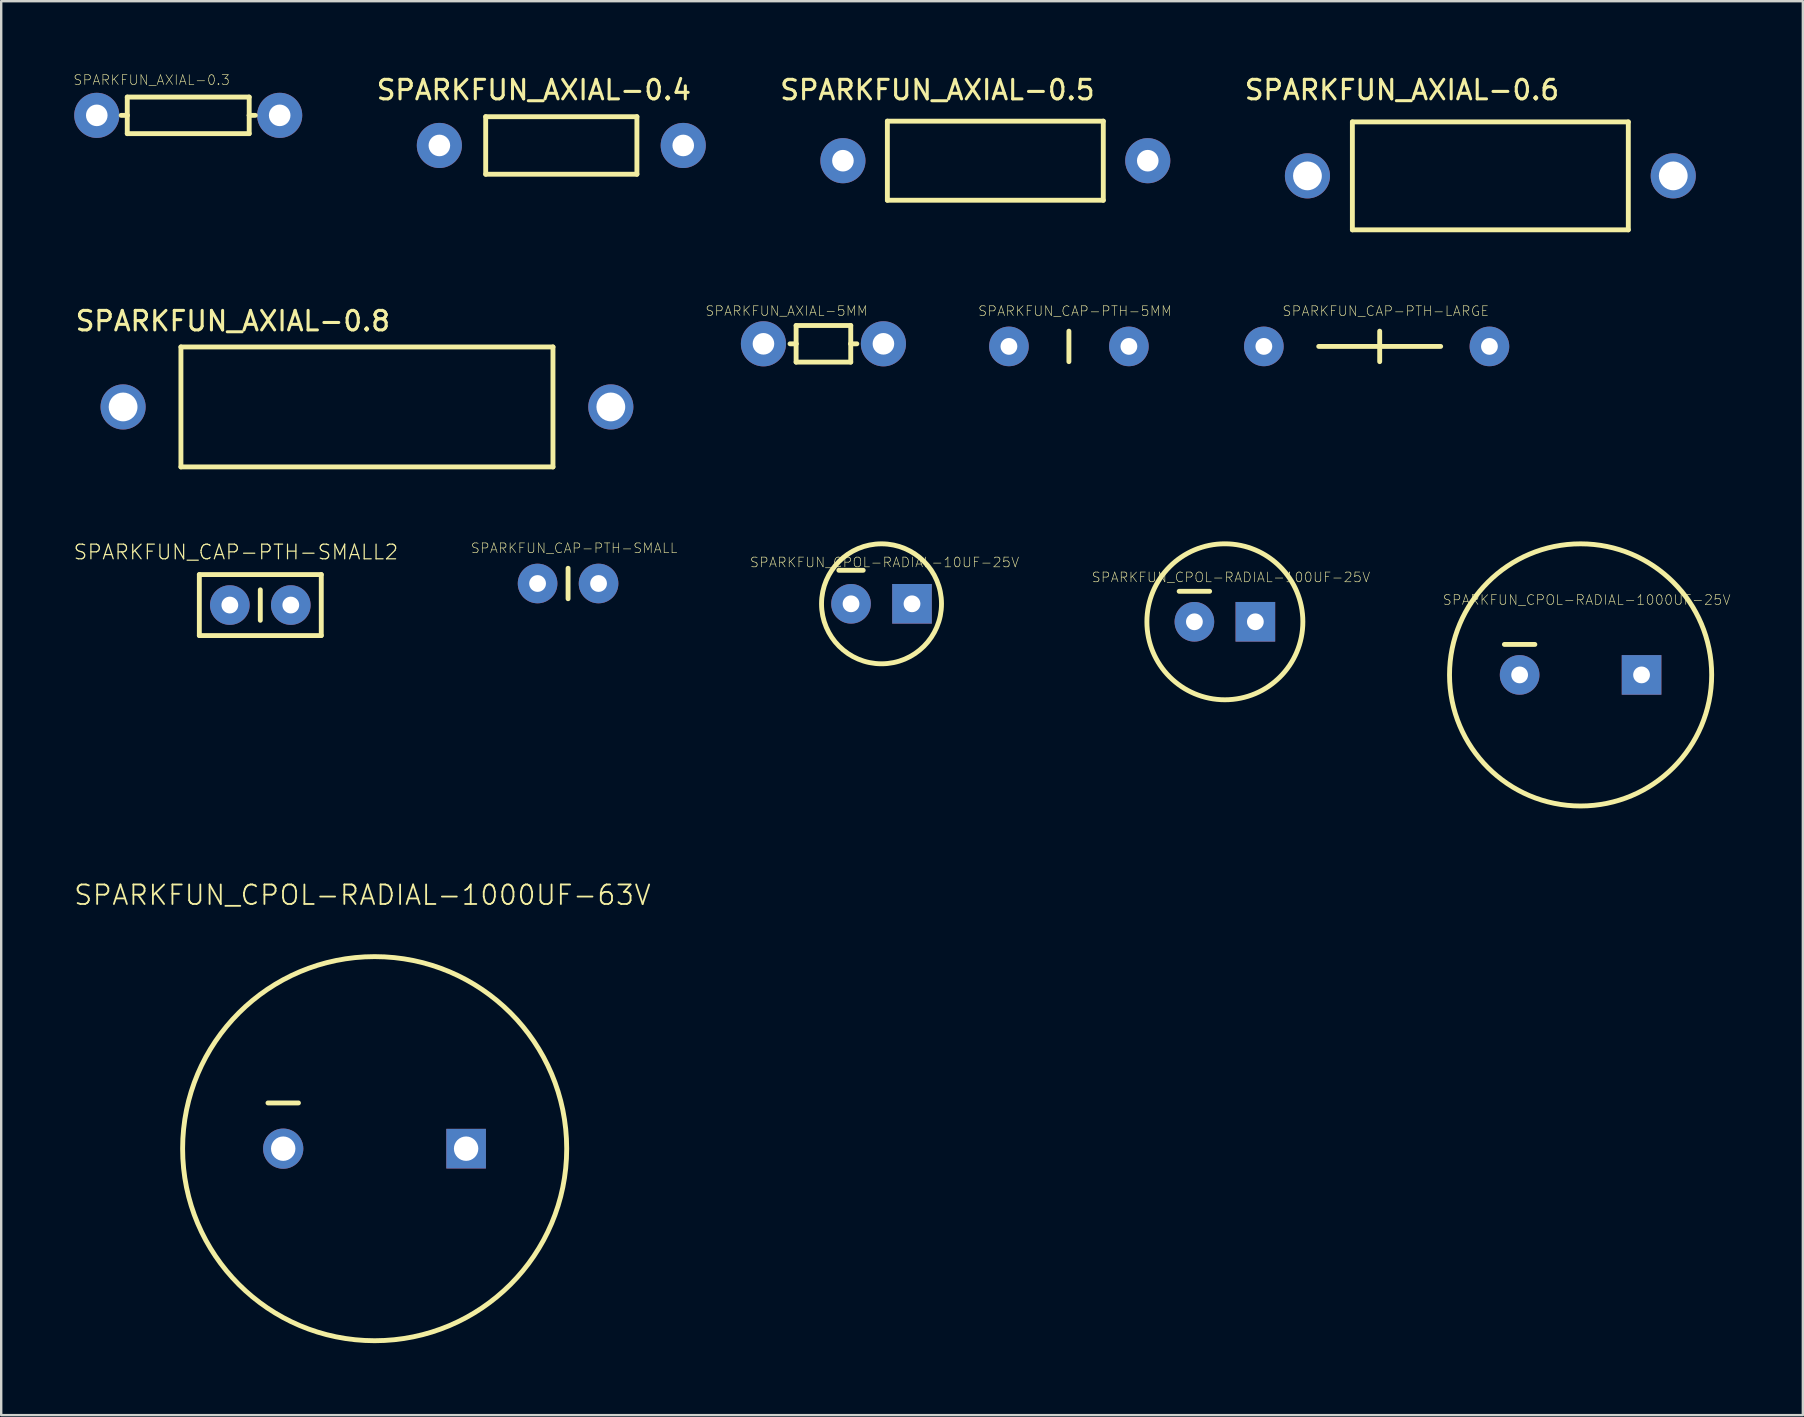
<source format=kicad_pcb>
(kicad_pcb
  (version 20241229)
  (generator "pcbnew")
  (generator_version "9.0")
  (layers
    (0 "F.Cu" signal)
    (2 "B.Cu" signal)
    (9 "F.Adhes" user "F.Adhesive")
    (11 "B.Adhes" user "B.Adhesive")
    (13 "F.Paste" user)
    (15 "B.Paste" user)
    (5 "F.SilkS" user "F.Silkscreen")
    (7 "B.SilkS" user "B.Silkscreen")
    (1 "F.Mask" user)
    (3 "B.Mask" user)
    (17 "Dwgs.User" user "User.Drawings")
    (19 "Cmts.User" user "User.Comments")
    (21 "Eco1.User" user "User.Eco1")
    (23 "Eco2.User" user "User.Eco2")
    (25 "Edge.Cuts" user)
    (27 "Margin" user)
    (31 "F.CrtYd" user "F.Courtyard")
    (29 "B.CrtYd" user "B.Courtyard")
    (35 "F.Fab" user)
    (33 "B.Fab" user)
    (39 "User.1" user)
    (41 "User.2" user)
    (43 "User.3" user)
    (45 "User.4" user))
  (footprint "SPARKFUN_CAP-PTH-LARGE"
    (layer "F.Cu")
    (at 54.431 11.382)
    (property "Reference" "SPARKFUN_CAP-PTH-LARGE" (at 0.254 -1.473 0) (layer "F.SilkS") (effects (font (size 0.406 0.406) (thickness 0.025))))
    (attr exclude_from_pos_files exclude_from_bom)
    (fp_line (start 0 -0.635) (end 0 0) (stroke (width 0.203) (type solid)) (layer "F.SilkS"))
    (fp_line (start 0 0) (end -2.54 0) (stroke (width 0.203) (type solid)) (layer "F.SilkS"))
    (fp_line (start 0 0) (end 0 0.635) (stroke (width 0.203) (type solid)) (layer "F.SilkS"))
    (fp_line (start 0 0) (end 2.54 0) (stroke (width 0.203) (type solid)) (layer "F.SilkS"))
    (pad "1" thru_hole circle (at -4.826 0) (size 1.651 1.651) (drill 0.699) (layers "*.Cu" "*.Paste" "*.Mask"))
    (pad "2" thru_hole circle (at 4.572 0) (size 1.651 1.651) (drill 0.699) (layers "*.Cu" "*.Paste" "*.Mask")))
  (footprint "SPARKFUN_CPOL-RADIAL-10UF-25V"
    (layer "F.Cu")
    (at 33.676 22.106)
    (property "Reference" "SPARKFUN_CPOL-RADIAL-10UF-25V" (at 0.127 -1.727 0) (layer "F.SilkS") (effects (font (size 0.406 0.406) (thickness 0.025))))
    (attr exclude_from_pos_files exclude_from_bom)
    (fp_line (start -0.762 -1.397) (end -1.778 -1.397) (stroke (width 0.203) (type solid)) (layer "F.SilkS"))
    (fp_circle (center 0 0) (end 0 -2.499) (stroke (width 0.203) (type solid)) (fill no) (layer "F.SilkS"))
    (pad "1" thru_hole rect (at 1.27 0) (size 1.651 1.651) (drill 0.699) (layers "*.Cu" "*.Paste" "*.Mask"))
    (pad "2" thru_hole circle (at -1.27 0) (size 1.651 1.651) (drill 0.699) (layers "*.Cu" "*.Paste" "*.Mask")))
  (footprint "SPARKFUN_CAP-PTH-SMALL2"
    (layer "F.Cu")
    (at 6.525 22.158)
    (property "Reference" "SPARKFUN_CAP-PTH-SMALL2" (at 0.254 -2.207 0) (layer "F.SilkS") (effects (font (size 0.61 0.61) (thickness 0.051))))
    (attr exclude_from_pos_files exclude_from_bom)
    (fp_line (start -1.27 -1.27) (end 3.81 -1.27) (stroke (width 0.203) (type solid)) (layer "F.SilkS"))
    (fp_line (start -1.27 1.27) (end -1.27 -1.27) (stroke (width 0.203) (type solid)) (layer "F.SilkS"))
    (fp_line (start 1.27 -0.635) (end 1.27 0.635) (stroke (width 0.203) (type solid)) (layer "F.SilkS"))
    (fp_line (start 3.81 -1.27) (end 3.81 1.27) (stroke (width 0.203) (type solid)) (layer "F.SilkS"))
    (fp_line (start 3.81 1.27) (end -1.27 1.27) (stroke (width 0.203) (type solid)) (layer "F.SilkS"))
    (pad "1" thru_hole circle (at 0 0) (size 1.651 1.651) (drill 0.699) (layers "*.Cu" "*.Paste" "*.Mask"))
    (pad "2" thru_hole circle (at 2.54 0) (size 1.651 1.651) (drill 0.699) (layers "*.Cu" "*.Paste" "*.Mask")))
  (footprint "SPARKFUN_CAP-PTH-SMALL"
    (layer "F.Cu")
    (at 19.347 21.26)
    (property "Reference" "SPARKFUN_CAP-PTH-SMALL" (at 1.524 -1.473 0) (layer "F.SilkS") (effects (font (size 0.406 0.406) (thickness 0.025))))
    (attr exclude_from_pos_files exclude_from_bom)
    (fp_line (start 1.27 -0.635) (end 1.27 0.635) (stroke (width 0.203) (type solid)) (layer "F.SilkS"))
    (pad "1" thru_hole circle (at 0 0) (size 1.651 1.651) (drill 0.699) (layers "*.Cu" "*.Paste" "*.Mask"))
    (pad "2" thru_hole circle (at 2.54 0) (size 1.651 1.651) (drill 0.699) (layers "*.Cu" "*.Paste" "*.Mask")))
  (footprint "SPARKFUN_AXIAL-0.6"
    (layer "F.Cu")
    (at 59.041 4.277)
    (property "Reference" "SPARKFUN_AXIAL-0.6" (at -3.683 -3.579 0) (layer "F.SilkS") (effects (font (size 0.813 0.813) (thickness 0.127))))
    (attr exclude_from_pos_files exclude_from_bom)
    (fp_line (start -5.748 -2.248) (end 5.748 -2.248) (stroke (width 0.203) (type solid)) (layer "F.SilkS"))
    (fp_line (start -5.748 2.248) (end -5.748 -2.248) (stroke (width 0.203) (type solid)) (layer "F.SilkS"))
    (fp_line (start 5.748 -2.248) (end 5.748 2.248) (stroke (width 0.203) (type solid)) (layer "F.SilkS"))
    (fp_line (start 5.748 2.248) (end -5.748 2.248) (stroke (width 0.203) (type solid)) (layer "F.SilkS"))
    (pad "P$1" thru_hole circle (at -7.62 0) (size 1.88 1.88) (drill 1.199) (layers "*.Cu" "*.Paste" "*.Mask"))
    (pad "P$2" thru_hole circle (at 7.62 0) (size 1.88 1.88) (drill 1.199) (layers "*.Cu" "*.Paste" "*.Mask")))
  (footprint "SPARKFUN_CAP-PTH-5MM"
    (layer "F.Cu")
    (at 41.483 11.382)
    (property "Reference" "SPARKFUN_CAP-PTH-5MM" (at 0.254 -1.473 0) (layer "F.SilkS") (effects (font (size 0.406 0.406) (thickness 0.025))))
    (attr exclude_from_pos_files exclude_from_bom)
    (fp_line (start 0 -0.635) (end 0 0.635) (stroke (width 0.203) (type solid)) (layer "F.SilkS"))
    (pad "1" thru_hole circle (at -2.499 0) (size 1.651 1.651) (drill 0.699) (layers "*.Cu" "*.Paste" "*.Mask"))
    (pad "2" thru_hole circle (at 2.499 0) (size 1.651 1.651) (drill 0.699) (layers "*.Cu" "*.Paste" "*.Mask")))
  (footprint "SPARKFUN_AXIAL-0.5"
    (layer "F.Cu")
    (at 38.418 3.645)
    (property "Reference" "SPARKFUN_AXIAL-0.5" (at -2.413 -2.946 0) (layer "F.SilkS") (effects (font (size 0.813 0.813) (thickness 0.127))))
    (attr exclude_from_pos_files exclude_from_bom)
    (fp_line (start -4.498 -1.648) (end 4.498 -1.648) (stroke (width 0.203) (type solid)) (layer "F.SilkS"))
    (fp_line (start -4.498 1.648) (end -4.498 -1.648) (stroke (width 0.203) (type solid)) (layer "F.SilkS"))
    (fp_line (start 4.498 -1.648) (end 4.498 1.648) (stroke (width 0.203) (type solid)) (layer "F.SilkS"))
    (fp_line (start 4.498 1.648) (end -4.498 1.648) (stroke (width 0.203) (type solid)) (layer "F.SilkS"))
    (pad "P$1" thru_hole circle (at -6.35 0) (size 1.88 1.88) (drill 0.899) (layers "*.Cu" "*.Paste" "*.Mask"))
    (pad "P$2" thru_hole circle (at 6.35 0) (size 1.88 1.88) (drill 0.899) (layers "*.Cu" "*.Paste" "*.Mask")))
  (footprint "SPARKFUN_AXIAL-0.4"
    (layer "F.Cu")
    (at 20.335 3.01)
    (property "Reference" "SPARKFUN_AXIAL-0.4" (at -1.143 -2.311 0) (layer "F.SilkS") (effects (font (size 0.813 0.813) (thickness 0.127))))
    (attr exclude_from_pos_files exclude_from_bom)
    (fp_line (start -3.15 -1.199) (end 3.15 -1.199) (stroke (width 0.203) (type solid)) (layer "F.SilkS"))
    (fp_line (start -3.15 1.199) (end -3.15 -1.199) (stroke (width 0.203) (type solid)) (layer "F.SilkS"))
    (fp_line (start 3.15 -1.199) (end 3.15 1.199) (stroke (width 0.203) (type solid)) (layer "F.SilkS"))
    (fp_line (start 3.15 1.199) (end -3.15 1.199) (stroke (width 0.203) (type solid)) (layer "F.SilkS"))
    (pad "P$1" thru_hole circle (at -5.08 0) (size 1.88 1.88) (drill 0.899) (layers "*.Cu" "*.Paste" "*.Mask"))
    (pad "P$2" thru_hole circle (at 5.08 0) (size 1.88 1.88) (drill 0.899) (layers "*.Cu" "*.Paste" "*.Mask")))
  (footprint "SPARKFUN_CPOL-RADIAL-100UF-25V"
    (layer "F.Cu")
    (at 47.981 22.855)
    (property "Reference" "SPARKFUN_CPOL-RADIAL-100UF-25V" (at 0.254 -1.854 0) (layer "F.SilkS") (effects (font (size 0.406 0.406) (thickness 0.025))))
    (attr exclude_from_pos_files exclude_from_bom)
    (fp_line (start -0.635 -1.27) (end -1.905 -1.27) (stroke (width 0.203) (type solid)) (layer "F.SilkS"))
    (fp_circle (center 0 0) (end 0 -3.249) (stroke (width 0.203) (type solid)) (fill no) (layer "F.SilkS"))
    (pad "1" thru_hole rect (at 1.27 0) (size 1.651 1.651) (drill 0.699) (layers "*.Cu" "*.Paste" "*.Mask"))
    (pad "2" thru_hole circle (at -1.27 0) (size 1.651 1.651) (drill 0.699) (layers "*.Cu" "*.Paste" "*.Mask")))
  (footprint "SPARKFUN_CPOL-RADIAL-1000UF-25V"
    (layer "F.Cu")
    (at 62.801 25.068)
    (property "Reference" "SPARKFUN_CPOL-RADIAL-1000UF-25V" (at 0.254 -3.124 0) (layer "F.SilkS") (effects (font (size 0.406 0.406) (thickness 0.025))))
    (attr exclude_from_pos_files exclude_from_bom)
    (fp_line (start -1.905 -1.27) (end -3.175 -1.27) (stroke (width 0.203) (type solid)) (layer "F.SilkS"))
    (fp_circle (center 0 0) (end 0 -5.461) (stroke (width 0.203) (type solid)) (fill no) (layer "F.SilkS"))
    (pad "1" thru_hole rect (at 2.54 0) (size 1.651 1.651) (drill 0.699) (layers "*.Cu" "*.Paste" "*.Mask"))
    (pad "2" thru_hole circle (at -2.54 0) (size 1.651 1.651) (drill 0.699) (layers "*.Cu" "*.Paste" "*.Mask")))
  (footprint "SPARKFUN_CPOL-RADIAL-1000UF-63V"
    (layer "F.Cu")
    (at 12.559 44.806)
    (property "Reference" "SPARKFUN_CPOL-RADIAL-1000UF-63V" (at -0.508 -10.566 0) (layer "F.SilkS") (effects (font (size 0.813 0.813) (thickness 0.076))))
    (attr exclude_from_pos_files exclude_from_bom)
    (fp_line (start -3.175 -1.905) (end -4.445 -1.905) (stroke (width 0.203) (type solid)) (layer "F.SilkS"))
    (fp_circle (center 0 0) (end 0 -8.001) (stroke (width 0.203) (type solid)) (fill no) (layer "F.SilkS"))
    (pad "1" thru_hole rect (at 3.81 0) (size 1.651 1.651) (drill 1.016) (layers "*.Cu" "*.Paste" "*.Mask"))
    (pad "2" thru_hole circle (at -3.81 0) (size 1.676 1.676) (drill 1.016) (layers "*.Cu" "*.Paste" "*.Mask")))
  (footprint "SPARKFUN_AXIAL-0.3"
    (layer "F.Cu")
    (at 4.792 1.756)
    (property "Reference" "SPARKFUN_AXIAL-0.3" (at -1.524 -1.473 0) (layer "F.SilkS") (effects (font (size 0.406 0.406) (thickness 0.025))))
    (attr exclude_from_pos_files exclude_from_bom)
    (fp_line (start -2.54 -0.762) (end 2.54 -0.762) (stroke (width 0.203) (type solid)) (layer "F.SilkS"))
    (fp_line (start -2.54 0) (end -2.794 0) (stroke (width 0.203) (type solid)) (layer "F.SilkS"))
    (fp_line (start -2.54 0) (end -2.54 -0.762) (stroke (width 0.203) (type solid)) (layer "F.SilkS"))
    (fp_line (start -2.54 0.762) (end -2.54 0) (stroke (width 0.203) (type solid)) (layer "F.SilkS"))
    (fp_line (start 2.54 -0.762) (end 2.54 0) (stroke (width 0.203) (type solid)) (layer "F.SilkS"))
    (fp_line (start 2.54 0) (end 2.54 0.762) (stroke (width 0.203) (type solid)) (layer "F.SilkS"))
    (fp_line (start 2.54 0) (end 2.794 0) (stroke (width 0.203) (type solid)) (layer "F.SilkS"))
    (fp_line (start 2.54 0.762) (end -2.54 0.762) (stroke (width 0.203) (type solid)) (layer "F.SilkS"))
    (pad "P$1" thru_hole circle (at -3.81 0) (size 1.88 1.88) (drill 0.899) (layers "*.Cu" "*.Paste" "*.Mask"))
    (pad "P$2" thru_hole circle (at 3.81 0) (size 1.88 1.88) (drill 0.899) (layers "*.Cu" "*.Paste" "*.Mask")))
  (footprint "SPARKFUN_AXIAL-5MM"
    (layer "F.Cu")
    (at 31.256 11.274)
    (property "Reference" "SPARKFUN_AXIAL-5MM" (at -1.539 -1.369 0) (layer "F.SilkS") (effects (font (size 0.399 0.399) (thickness 0.025))))
    (attr exclude_from_pos_files exclude_from_bom)
    (fp_line (start -1.138 -0.762) (end 1.138 -0.762) (stroke (width 0.203) (type solid)) (layer "F.SilkS"))
    (fp_line (start -1.138 0) (end -1.392 0) (stroke (width 0.203) (type solid)) (layer "F.SilkS"))
    (fp_line (start -1.138 0) (end -1.138 -0.762) (stroke (width 0.203) (type solid)) (layer "F.SilkS"))
    (fp_line (start -1.138 0.762) (end -1.138 0) (stroke (width 0.203) (type solid)) (layer "F.SilkS"))
    (fp_line (start 1.138 -0.762) (end 1.138 0) (stroke (width 0.203) (type solid)) (layer "F.SilkS"))
    (fp_line (start 1.138 0) (end 1.138 0.762) (stroke (width 0.203) (type solid)) (layer "F.SilkS"))
    (fp_line (start 1.138 0) (end 1.392 0) (stroke (width 0.203) (type solid)) (layer "F.SilkS"))
    (fp_line (start 1.138 0.762) (end -1.138 0.762) (stroke (width 0.203) (type solid)) (layer "F.SilkS"))
    (pad "P$1" thru_hole circle (at -2.499 0) (size 1.88 1.88) (drill 0.899) (layers "*.Cu" "*.Paste" "*.Mask"))
    (pad "P$2" thru_hole circle (at 2.499 0) (size 1.88 1.88) (drill 0.899) (layers "*.Cu" "*.Paste" "*.Mask")))
  (footprint "SPARKFUN_AXIAL-0.8"
    (layer "F.Cu")
    (at 12.238 13.904)
    (property "Reference" "SPARKFUN_AXIAL-0.8" (at -5.588 -3.579 0) (layer "F.SilkS") (effects (font (size 0.813 0.813) (thickness 0.127))))
    (attr exclude_from_pos_files exclude_from_bom)
    (fp_line (start -7.75 -2.499) (end 7.75 -2.499) (stroke (width 0.203) (type solid)) (layer "F.SilkS"))
    (fp_line (start -7.75 2.499) (end -7.75 -2.499) (stroke (width 0.203) (type solid)) (layer "F.SilkS"))
    (fp_line (start 7.75 -2.499) (end 7.75 2.499) (stroke (width 0.203) (type solid)) (layer "F.SilkS"))
    (fp_line (start 7.75 2.499) (end -7.75 2.499) (stroke (width 0.203) (type solid)) (layer "F.SilkS"))
    (pad "P$1" thru_hole circle (at -10.16 0) (size 1.88 1.88) (drill 1.199) (layers "*.Cu" "*.Paste" "*.Mask"))
    (pad "P$2" thru_hole circle (at 10.16 0) (size 1.88 1.88) (drill 1.199) (layers "*.Cu" "*.Paste" "*.Mask")))
  (gr_rect
    (start -3 -3)
    (end 72.061 55.908)
    (stroke (width 0.1) (type default))
    (fill no)
    (layer "Edge.Cuts")))
</source>
